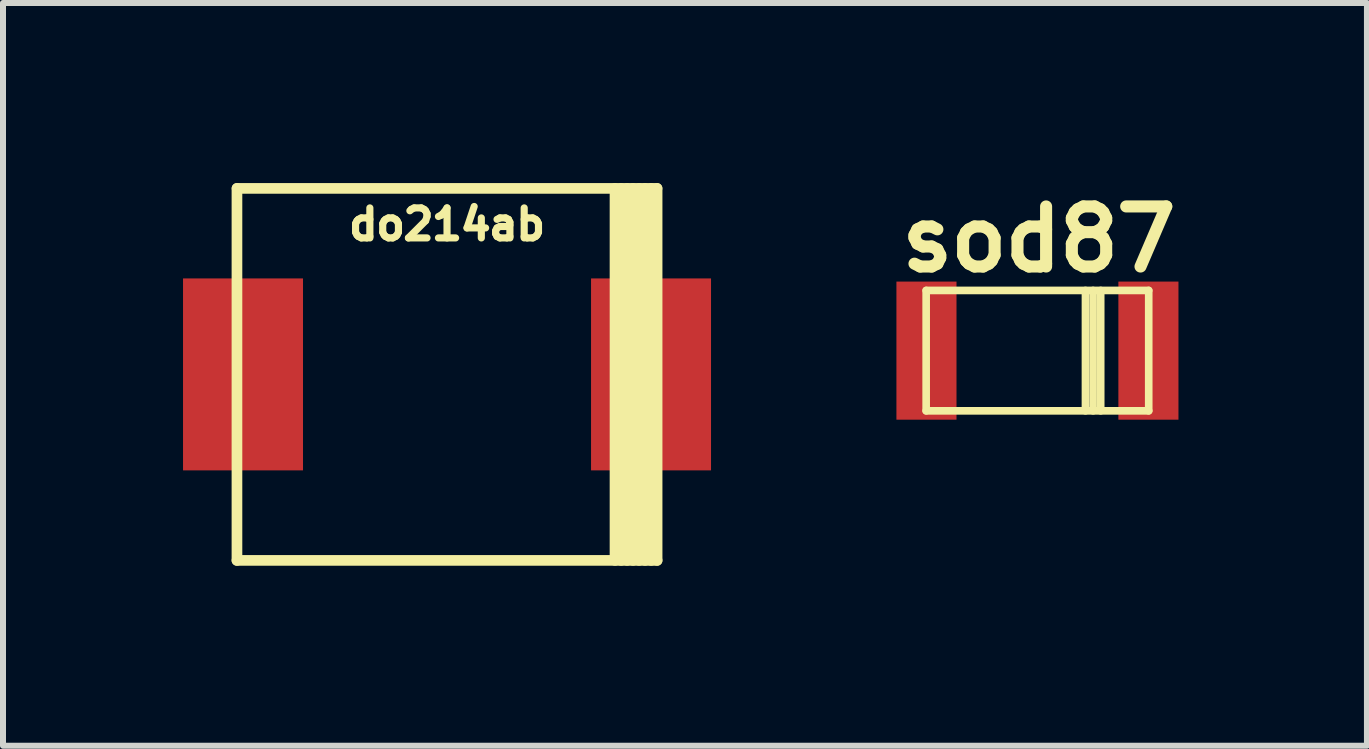
<source format=kicad_pcb>
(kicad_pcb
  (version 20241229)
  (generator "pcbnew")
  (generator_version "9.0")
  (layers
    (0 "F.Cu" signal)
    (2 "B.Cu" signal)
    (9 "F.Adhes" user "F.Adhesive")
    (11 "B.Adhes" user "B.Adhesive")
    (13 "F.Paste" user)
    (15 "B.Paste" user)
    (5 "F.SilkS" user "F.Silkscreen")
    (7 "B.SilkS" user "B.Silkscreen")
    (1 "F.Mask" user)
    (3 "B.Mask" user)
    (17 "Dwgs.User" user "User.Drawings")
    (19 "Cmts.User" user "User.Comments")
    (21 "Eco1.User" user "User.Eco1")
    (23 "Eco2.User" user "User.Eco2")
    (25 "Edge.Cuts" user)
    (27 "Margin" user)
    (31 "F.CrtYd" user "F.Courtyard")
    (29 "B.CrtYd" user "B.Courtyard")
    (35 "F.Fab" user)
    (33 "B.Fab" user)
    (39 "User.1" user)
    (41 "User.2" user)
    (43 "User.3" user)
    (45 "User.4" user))
  (footprint "sod87"
    (layer "F.Cu")
    (at 14.235 2.792)
    (property "Reference" "sod87" (at 0.025 -1.854 0) (layer "F.SilkS") (effects (font (size 1.001 1.001) (thickness 0.201))))
    (attr through_hole)
    (fp_line (start -1.854 -1.003) (end 1.854 -1.003) (stroke (width 0.127) (type solid)) (layer "F.SilkS"))
    (fp_line (start -1.854 1.003) (end -1.854 -1.003) (stroke (width 0.127) (type solid)) (layer "F.SilkS"))
    (fp_line (start 0.8 -1.003) (end 0.8 1.003) (stroke (width 0.127) (type solid)) (layer "F.SilkS"))
    (fp_line (start 0.927 -1.003) (end 0.927 1.003) (stroke (width 0.127) (type solid)) (layer "F.SilkS"))
    (fp_line (start 1.054 1.003) (end 1.054 -1.003) (stroke (width 0.127) (type solid)) (layer "F.SilkS"))
    (fp_line (start 1.854 -1.003) (end 1.854 1.003) (stroke (width 0.127) (type solid)) (layer "F.SilkS"))
    (fp_line (start 1.854 1.003) (end -1.854 1.003) (stroke (width 0.127) (type solid)) (layer "F.SilkS"))
    (pad "1" smd rect (at -1.849 0) (size 1.001 2.301) (layers "F.Cu" "F.Mask" "F.Paste"))
    (pad "2" smd rect (at 1.849 0) (size 1.001 2.301) (layers "F.Cu" "F.Mask" "F.Paste")))
  (footprint "do214ab"
    (layer "F.Cu")
    (at 4.398 3.188)
    (property "Reference" "do214ab" (at 0 -2.499 0) (layer "F.SilkS") (effects (font (size 0.5 0.5) (thickness 0.119))))
    (attr through_hole)
    (fp_line (start -3.5 3.099) (end -3.5 -3.099) (stroke (width 0.178) (type solid)) (layer "F.SilkS"))
    (fp_line (start -3.498 -3.099) (end 3.498 -3.099) (stroke (width 0.178) (type solid)) (layer "F.SilkS"))
    (fp_line (start 2.799 -3.099) (end 2.799 3.099) (stroke (width 0.178) (type solid)) (layer "F.SilkS"))
    (fp_line (start 2.901 3.099) (end 2.901 -3.099) (stroke (width 0.178) (type solid)) (layer "F.SilkS"))
    (fp_line (start 3 -3.099) (end 3 3.099) (stroke (width 0.178) (type solid)) (layer "F.SilkS"))
    (fp_line (start 3.099 3.099) (end 3.099 -3.099) (stroke (width 0.178) (type solid)) (layer "F.SilkS"))
    (fp_line (start 3.2 -3.099) (end 3.2 3.099) (stroke (width 0.178) (type solid)) (layer "F.SilkS"))
    (fp_line (start 3.299 3.099) (end 3.299 -3.099) (stroke (width 0.178) (type solid)) (layer "F.SilkS"))
    (fp_line (start 3.401 -3.099) (end 3.401 3.099) (stroke (width 0.178) (type solid)) (layer "F.SilkS"))
    (fp_line (start 3.5 -3.099) (end 3.5 3.099) (stroke (width 0.178) (type solid)) (layer "F.SilkS"))
    (fp_line (start 3.5 3.099) (end -3.5 3.099) (stroke (width 0.178) (type solid)) (layer "F.SilkS"))
    (pad "1" smd rect (at -3.399 0) (size 1.999 3.198) (layers "F.Cu" "F.Mask" "F.Paste"))
    (pad "2" smd rect (at 3.399 0) (size 1.999 3.198) (layers "F.Cu" "F.Mask" "F.Paste")))
  (gr_rect
    (start -3 -3)
    (end 19.725 9.375)
    (stroke (width 0.1) (type default))
    (fill no)
    (layer "Edge.Cuts")))
</source>
